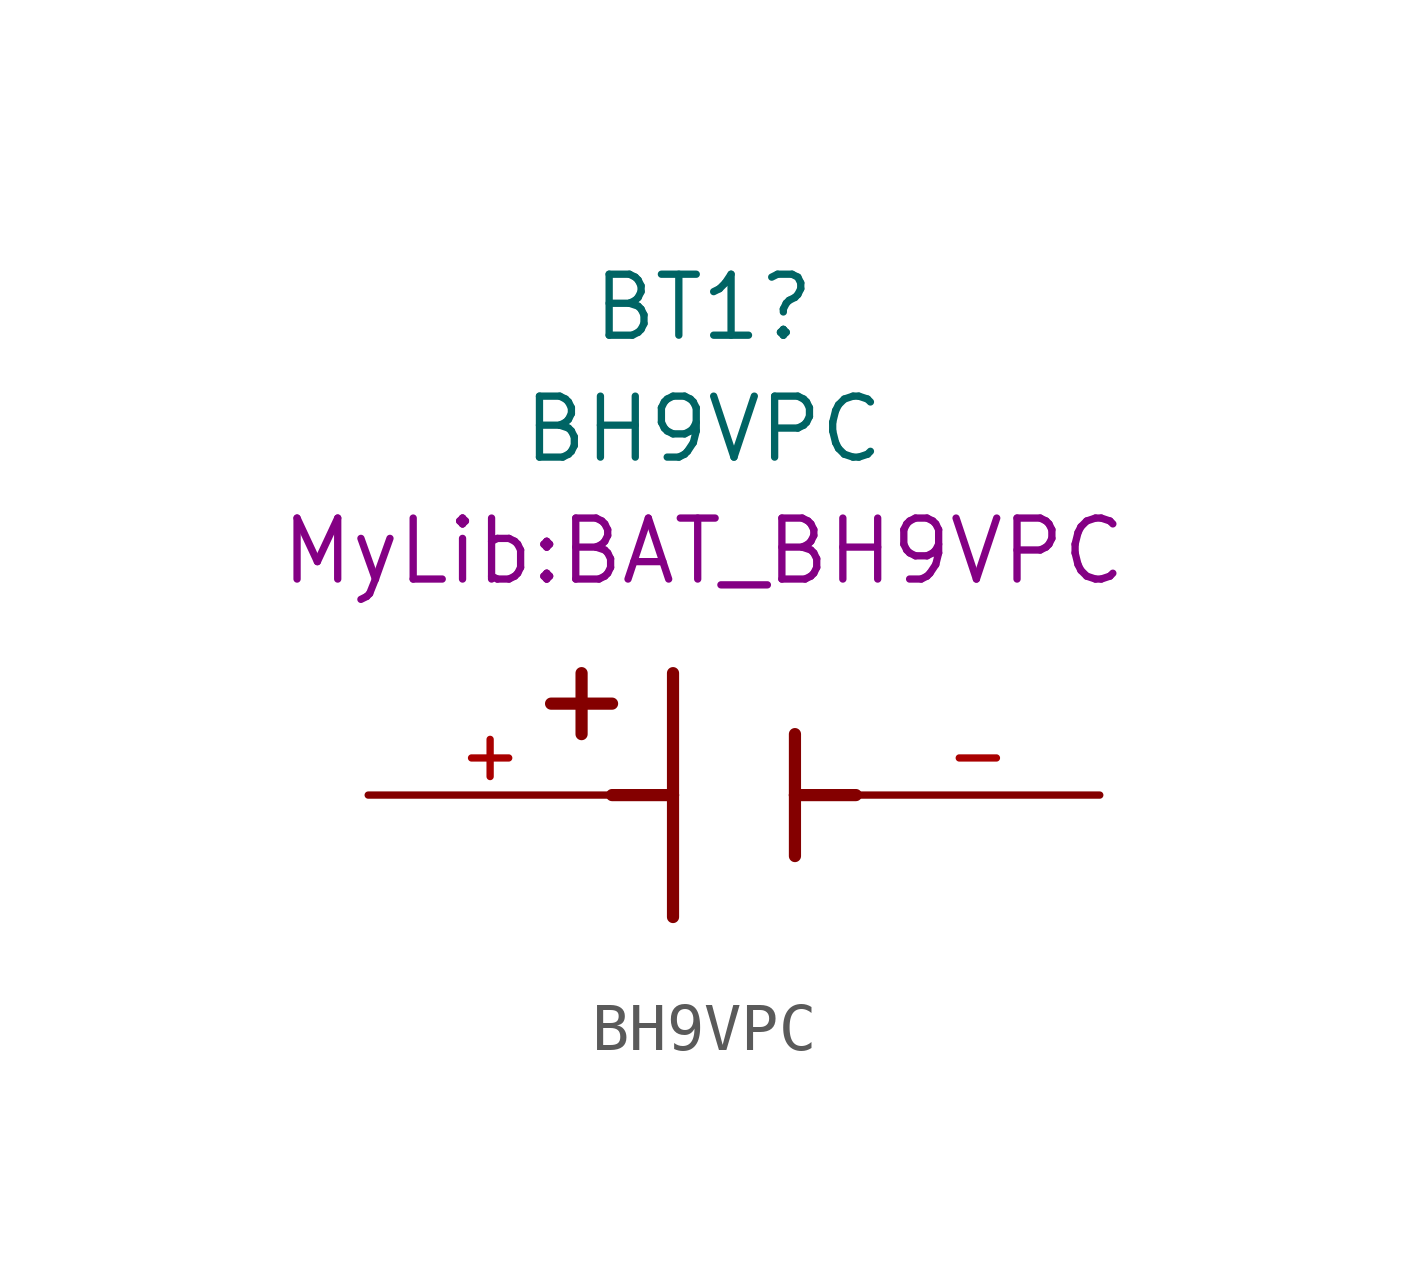
<source format=kicad_sym>
(kicad_symbol_lib
  (version 20211014)
  (generator kicad_symbol_editor)
  (symbol "BH9VPC"
    (pin_names
      (offset 1.016) hide)
    (property "Reference" "BT1"
      (at -0.635 10.16 0)
      (effects (font (size 1.27 1.27))))
    (property "Value" "BH9VPC"
      (at -0.635 7.62 0)
      (effects (font (size 1.27 1.27))))
    (property "Footprint" "MyLib:BAT_BH9VPC"
      (at -0.635 5.08 0)
      (effects (font (size 1.27 1.27))))
    (property "ki_locked" ""
      (at 0 0 0)
      (effects (font (size 1.27 1.27))))
    (symbol "BH9VPC_0_0"
      (polyline (pts (xy -3.81 1.905) (xy -2.54 1.905)) (stroke (width 0.254) (type default) (color 0 0 0 0)) (fill (type none)))
      (polyline (pts (xy -3.175 2.54) (xy -3.175 1.27)) (stroke (width 0.254) (type default) (color 0 0 0 0)) (fill (type none)))
      (polyline (pts (xy -1.27 0) (xy -2.54 0)) (stroke (width 0.254) (type default) (color 0 0 0 0)) (fill (type none)))
      (polyline (pts (xy -1.27 0) (xy -1.27 -2.54)) (stroke (width 0.254) (type default) (color 0 0 0 0)) (fill (type none)))
      (polyline (pts (xy -1.27 2.54) (xy -1.27 0)) (stroke (width 0.254) (type default) (color 0 0 0 0)) (fill (type none)))
      (polyline (pts (xy 1.27 0) (xy 1.27 -1.27)) (stroke (width 0.254) (type default) (color 0 0 0 0)) (fill (type none)))
      (polyline (pts (xy 1.27 0) (xy 2.54 0)) (stroke (width 0.254) (type default) (color 0 0 0 0)) (fill (type none)))
      (polyline (pts (xy 1.27 1.27) (xy 1.27 0)) (stroke (width 0.254) (type default) (color 0 0 0 0)) (fill (type none)))
      (pin power_out line (at -7.62 0 0) (length 5.08) (name "~" (effects (font (size 1.016 1.016)))) (number "+" (effects (font (size 1.016 1.016)))))
      (pin power_out line (at 7.62 0 180) (length 5.08) (name "~" (effects (font (size 1.016 1.016)))) (number "-" (effects (font (size 1.016 1.016))))))))
</source>
